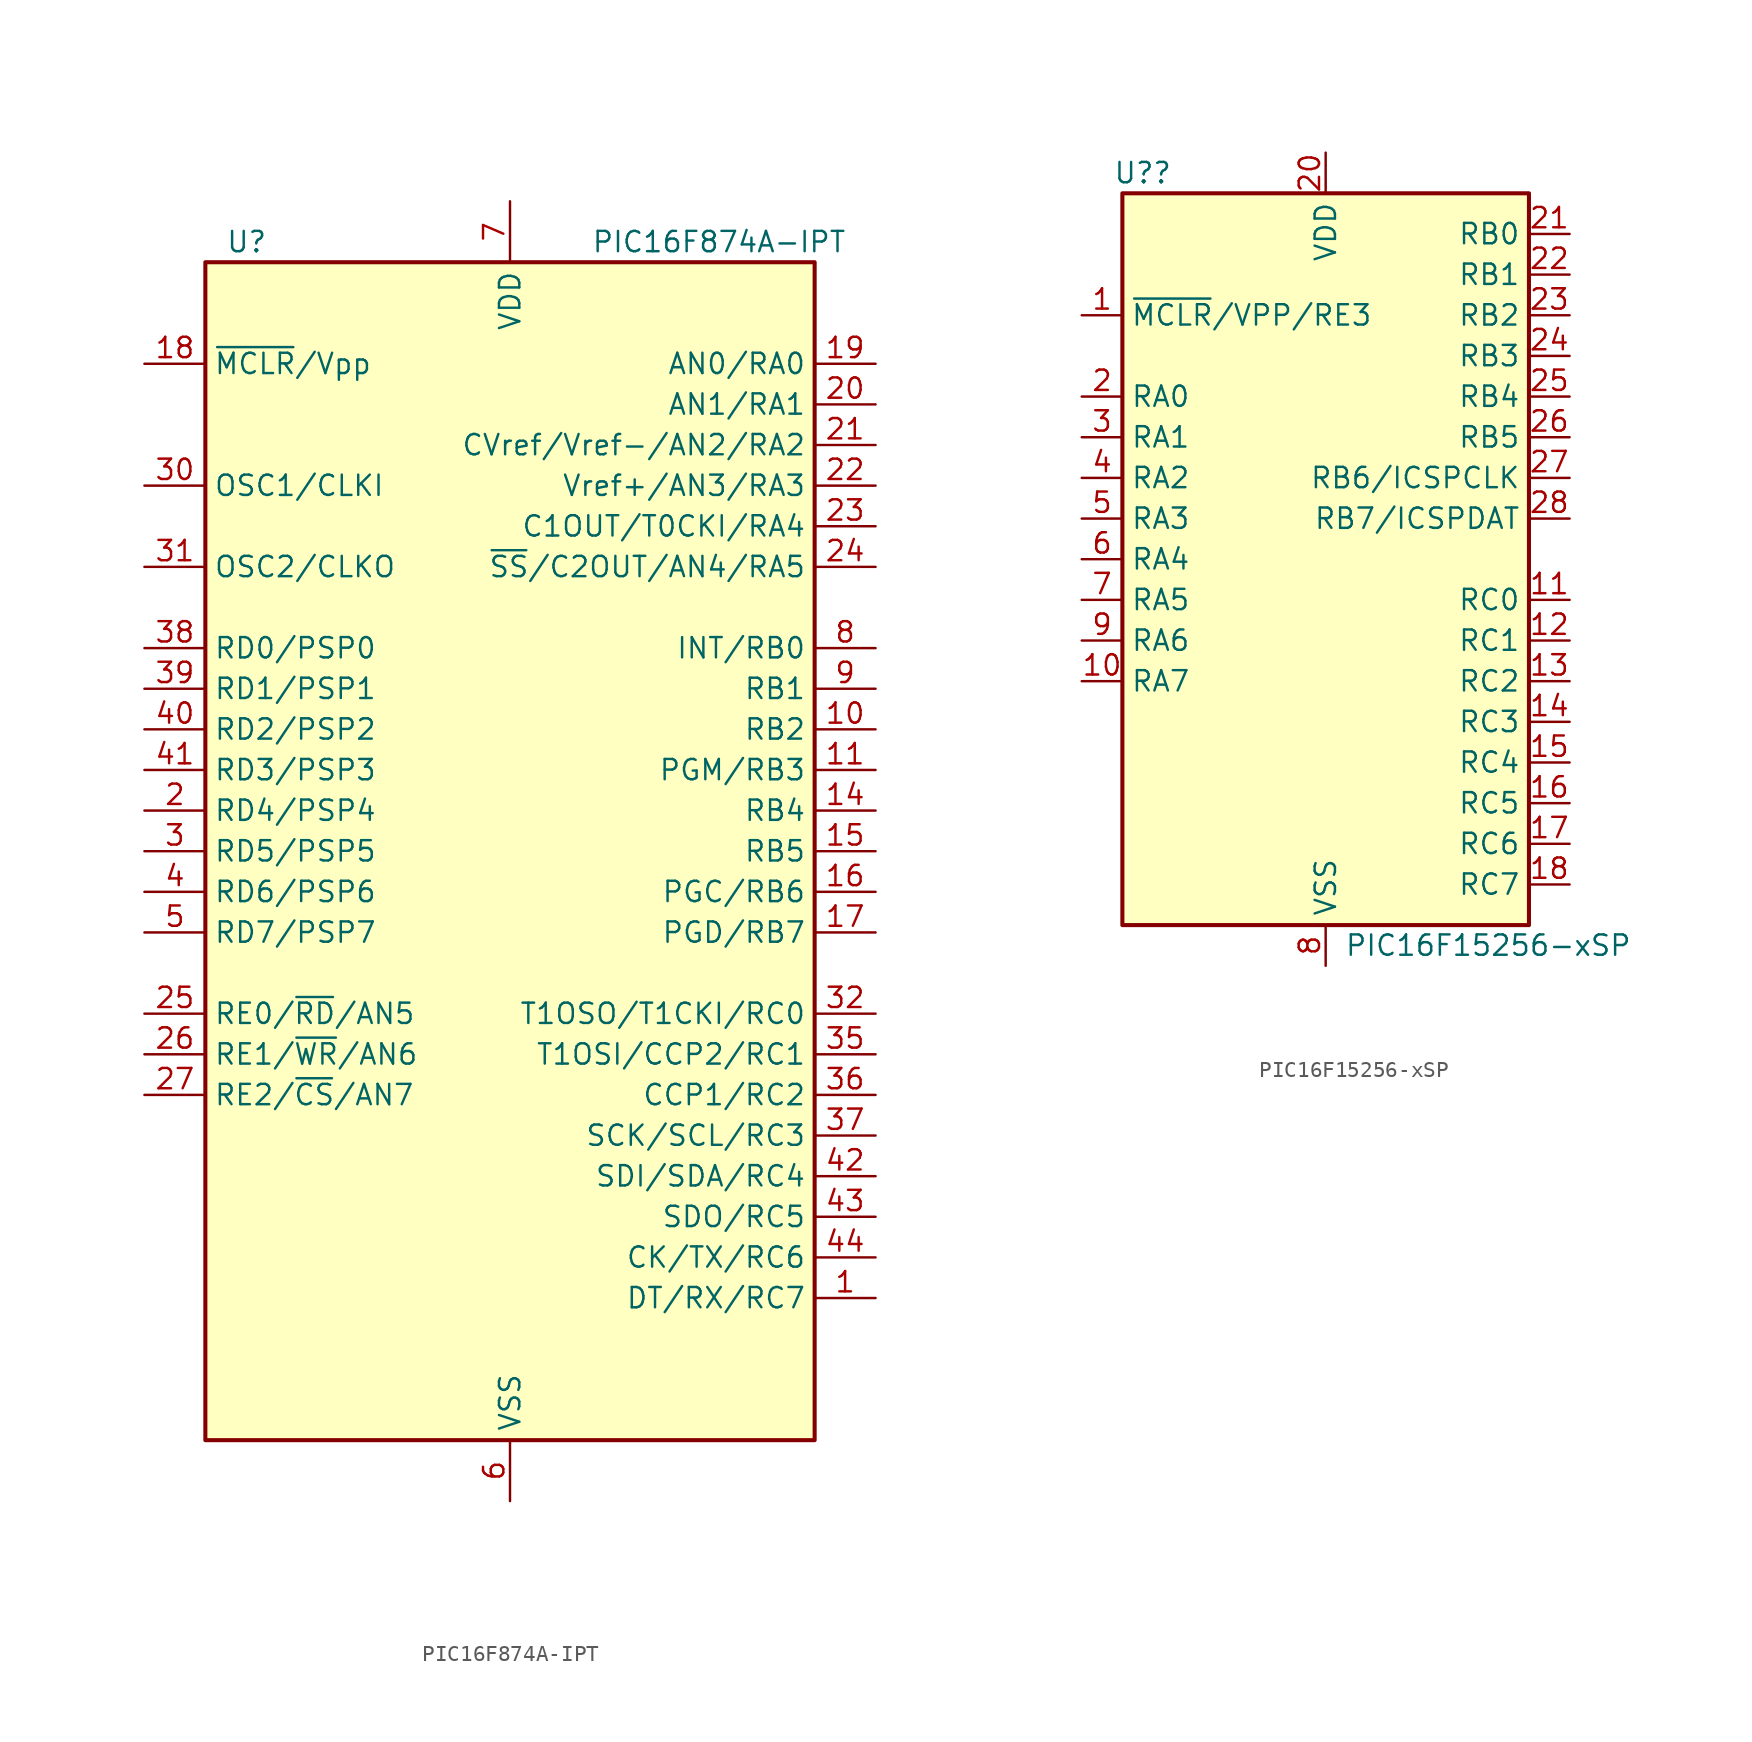
<source format=kicad_sym>
(kicad_symbol_lib
  (version 20220914)
  (generator kicad_symbol_editor)
  (symbol "PIC16F874A-IPT"
    (property "Reference" "U"
      (at -17.78 38.1 0)
      (effects (font (size 1.27 1.27)) (justify left)))
    (property "Value" "PIC16F874A-IPT"
      (at 5.08 38.1 0)
      (effects (font (size 1.27 1.27)) (justify left)))
    (symbol "PIC16F874A-IPT_0_1"
      (rectangle (start -19.05 36.83) (end 19.05 -36.83) (stroke (width 0.254) (type default)) (fill (type background))))
    (symbol "PIC16F874A-IPT_1_1"
      (pin bidirectional line (at 22.86 -27.94 180) (length 3.81) (name "DT/RX/RC7" (effects (font (size 1.27 1.27)))) (number "1" (effects (font (size 1.27 1.27)))))
      (pin bidirectional line (at 22.86 7.62 180) (length 3.81) (name "RB2" (effects (font (size 1.27 1.27)))) (number "10" (effects (font (size 1.27 1.27)))))
      (pin bidirectional line (at 22.86 5.08 180) (length 3.81) (name "PGM/RB3" (effects (font (size 1.27 1.27)))) (number "11" (effects (font (size 1.27 1.27)))))
      (pin no_connect line (at -2.54 -40.64 90) (length 3.81) hide (name "NC" (effects (font (size 1.27 1.27)))) (number "12" (effects (font (size 1.27 1.27)))))
      (pin no_connect line (at -5.08 -40.64 90) (length 3.81) hide (name "NC" (effects (font (size 1.27 1.27)))) (number "13" (effects (font (size 1.27 1.27)))))
      (pin bidirectional line (at 22.86 2.54 180) (length 3.81) (name "RB4" (effects (font (size 1.27 1.27)))) (number "14" (effects (font (size 1.27 1.27)))))
      (pin bidirectional line (at 22.86 0 180) (length 3.81) (name "RB5" (effects (font (size 1.27 1.27)))) (number "15" (effects (font (size 1.27 1.27)))))
      (pin bidirectional line (at 22.86 -2.54 180) (length 3.81) (name "PGC/RB6" (effects (font (size 1.27 1.27)))) (number "16" (effects (font (size 1.27 1.27)))))
      (pin bidirectional line (at 22.86 -5.08 180) (length 3.81) (name "PGD/RB7" (effects (font (size 1.27 1.27)))) (number "17" (effects (font (size 1.27 1.27)))))
      (pin input line (at -22.86 30.48 0) (length 3.81) (name "~{MCLR}/Vpp" (effects (font (size 1.27 1.27)))) (number "18" (effects (font (size 1.27 1.27)))))
      (pin bidirectional line (at 22.86 30.48 180) (length 3.81) (name "AN0/RA0" (effects (font (size 1.27 1.27)))) (number "19" (effects (font (size 1.27 1.27)))))
      (pin bidirectional line (at -22.86 2.54 0) (length 3.81) (name "RD4/PSP4" (effects (font (size 1.27 1.27)))) (number "2" (effects (font (size 1.27 1.27)))))
      (pin bidirectional line (at 22.86 27.94 180) (length 3.81) (name "AN1/RA1" (effects (font (size 1.27 1.27)))) (number "20" (effects (font (size 1.27 1.27)))))
      (pin bidirectional line (at 22.86 25.4 180) (length 3.81) (name "CVref/Vref-/AN2/RA2" (effects (font (size 1.27 1.27)))) (number "21" (effects (font (size 1.27 1.27)))))
      (pin bidirectional line (at 22.86 22.86 180) (length 3.81) (name "Vref+/AN3/RA3" (effects (font (size 1.27 1.27)))) (number "22" (effects (font (size 1.27 1.27)))))
      (pin bidirectional line (at 22.86 20.32 180) (length 3.81) (name "C1OUT/T0CKI/RA4" (effects (font (size 1.27 1.27)))) (number "23" (effects (font (size 1.27 1.27)))))
      (pin bidirectional line (at 22.86 17.78 180) (length 3.81) (name "~{SS}/C2OUT/AN4/RA5" (effects (font (size 1.27 1.27)))) (number "24" (effects (font (size 1.27 1.27)))))
      (pin bidirectional line (at -22.86 -10.16 0) (length 3.81) (name "RE0/~{RD}/AN5" (effects (font (size 1.27 1.27)))) (number "25" (effects (font (size 1.27 1.27)))))
      (pin bidirectional line (at -22.86 -12.7 0) (length 3.81) (name "RE1/~{WR}/AN6" (effects (font (size 1.27 1.27)))) (number "26" (effects (font (size 1.27 1.27)))))
      (pin bidirectional line (at -22.86 -15.24 0) (length 3.81) (name "RE2/~{CS}/AN7" (effects (font (size 1.27 1.27)))) (number "27" (effects (font (size 1.27 1.27)))))
      (pin passive line (at 0 40.64 270) (length 3.81) hide (name "VDD" (effects (font (size 1.27 1.27)))) (number "28" (effects (font (size 1.27 1.27)))))
      (pin passive line (at 0 -40.64 90) (length 3.81) hide (name "VSS" (effects (font (size 1.27 1.27)))) (number "29" (effects (font (size 1.27 1.27)))))
      (pin bidirectional line (at -22.86 0 0) (length 3.81) (name "RD5/PSP5" (effects (font (size 1.27 1.27)))) (number "3" (effects (font (size 1.27 1.27)))))
      (pin input line (at -22.86 22.86 0) (length 3.81) (name "OSC1/CLKI" (effects (font (size 1.27 1.27)))) (number "30" (effects (font (size 1.27 1.27)))))
      (pin output line (at -22.86 17.78 0) (length 3.81) (name "OSC2/CLKO" (effects (font (size 1.27 1.27)))) (number "31" (effects (font (size 1.27 1.27)))))
      (pin bidirectional line (at 22.86 -10.16 180) (length 3.81) (name "T1OSO/T1CKI/RC0" (effects (font (size 1.27 1.27)))) (number "32" (effects (font (size 1.27 1.27)))))
      (pin no_connect line (at -7.62 -40.64 90) (length 3.81) hide (name "NC" (effects (font (size 1.27 1.27)))) (number "33" (effects (font (size 1.27 1.27)))))
      (pin no_connect line (at -10.16 -40.64 90) (length 3.81) hide (name "NC" (effects (font (size 1.27 1.27)))) (number "34" (effects (font (size 1.27 1.27)))))
      (pin bidirectional line (at 22.86 -12.7 180) (length 3.81) (name "T1OSI/CCP2/RC1" (effects (font (size 1.27 1.27)))) (number "35" (effects (font (size 1.27 1.27)))))
      (pin bidirectional line (at 22.86 -15.24 180) (length 3.81) (name "CCP1/RC2" (effects (font (size 1.27 1.27)))) (number "36" (effects (font (size 1.27 1.27)))))
      (pin bidirectional line (at 22.86 -17.78 180) (length 3.81) (name "SCK/SCL/RC3" (effects (font (size 1.27 1.27)))) (number "37" (effects (font (size 1.27 1.27)))))
      (pin bidirectional line (at -22.86 12.7 0) (length 3.81) (name "RD0/PSP0" (effects (font (size 1.27 1.27)))) (number "38" (effects (font (size 1.27 1.27)))))
      (pin bidirectional line (at -22.86 10.16 0) (length 3.81) (name "RD1/PSP1" (effects (font (size 1.27 1.27)))) (number "39" (effects (font (size 1.27 1.27)))))
      (pin bidirectional line (at -22.86 -2.54 0) (length 3.81) (name "RD6/PSP6" (effects (font (size 1.27 1.27)))) (number "4" (effects (font (size 1.27 1.27)))))
      (pin bidirectional line (at -22.86 7.62 0) (length 3.81) (name "RD2/PSP2" (effects (font (size 1.27 1.27)))) (number "40" (effects (font (size 1.27 1.27)))))
      (pin bidirectional line (at -22.86 5.08 0) (length 3.81) (name "RD3/PSP3" (effects (font (size 1.27 1.27)))) (number "41" (effects (font (size 1.27 1.27)))))
      (pin bidirectional line (at 22.86 -20.32 180) (length 3.81) (name "SDI/SDA/RC4" (effects (font (size 1.27 1.27)))) (number "42" (effects (font (size 1.27 1.27)))))
      (pin bidirectional line (at 22.86 -22.86 180) (length 3.81) (name "SDO/RC5" (effects (font (size 1.27 1.27)))) (number "43" (effects (font (size 1.27 1.27)))))
      (pin bidirectional line (at 22.86 -25.4 180) (length 3.81) (name "CK/TX/RC6" (effects (font (size 1.27 1.27)))) (number "44" (effects (font (size 1.27 1.27)))))
      (pin bidirectional line (at -22.86 -5.08 0) (length 3.81) (name "RD7/PSP7" (effects (font (size 1.27 1.27)))) (number "5" (effects (font (size 1.27 1.27)))))
      (pin power_in line (at 0 -40.64 90) (length 3.81) (name "VSS" (effects (font (size 1.27 1.27)))) (number "6" (effects (font (size 1.27 1.27)))))
      (pin power_in line (at 0 40.64 270) (length 3.81) (name "VDD" (effects (font (size 1.27 1.27)))) (number "7" (effects (font (size 1.27 1.27)))))
      (pin bidirectional line (at 22.86 12.7 180) (length 3.81) (name "INT/RB0" (effects (font (size 1.27 1.27)))) (number "8" (effects (font (size 1.27 1.27)))))
      (pin bidirectional line (at 22.86 10.16 180) (length 3.81) (name "RB1" (effects (font (size 1.27 1.27)))) (number "9" (effects (font (size 1.27 1.27)))))))
  (symbol "PIC16F15256-xSP"
    (property "Reference" "U?"
      (at -11.43 24.13 0)
      (effects (font (size 1.27 1.27))))
    (property "Value" "PIC16F15256-xSP"
      (at 10.16 -24.13 0)
      (effects (font (size 1.27 1.27))))
    (symbol "PIC16F15256-xSP_0_1"
      (rectangle (start -12.7 22.86) (end 12.7 -22.86) (stroke (width 0.254) (type default)) (fill (type background))))
    (symbol "PIC16F15256-xSP_1_1"
      (pin bidirectional line (at -15.24 15.24 0) (length 2.54) (name "~{MCLR}/VPP/RE3" (effects (font (size 1.27 1.27)))) (number "1" (effects (font (size 1.27 1.27)))))
      (pin bidirectional line (at -15.24 -7.62 0) (length 2.54) (name "RA7" (effects (font (size 1.27 1.27)))) (number "10" (effects (font (size 1.27 1.27)))))
      (pin bidirectional line (at 15.24 -2.54 180) (length 2.54) (name "RC0" (effects (font (size 1.27 1.27)))) (number "11" (effects (font (size 1.27 1.27)))))
      (pin bidirectional line (at 15.24 -5.08 180) (length 2.54) (name "RC1" (effects (font (size 1.27 1.27)))) (number "12" (effects (font (size 1.27 1.27)))))
      (pin bidirectional line (at 15.24 -7.62 180) (length 2.54) (name "RC2" (effects (font (size 1.27 1.27)))) (number "13" (effects (font (size 1.27 1.27)))))
      (pin bidirectional line (at 15.24 -10.16 180) (length 2.54) (name "RC3" (effects (font (size 1.27 1.27)))) (number "14" (effects (font (size 1.27 1.27)))))
      (pin bidirectional line (at 15.24 -12.7 180) (length 2.54) (name "RC4" (effects (font (size 1.27 1.27)))) (number "15" (effects (font (size 1.27 1.27)))))
      (pin bidirectional line (at 15.24 -15.24 180) (length 2.54) (name "RC5" (effects (font (size 1.27 1.27)))) (number "16" (effects (font (size 1.27 1.27)))))
      (pin bidirectional line (at 15.24 -17.78 180) (length 2.54) (name "RC6" (effects (font (size 1.27 1.27)))) (number "17" (effects (font (size 1.27 1.27)))))
      (pin bidirectional line (at 15.24 -20.32 180) (length 2.54) (name "RC7" (effects (font (size 1.27 1.27)))) (number "18" (effects (font (size 1.27 1.27)))))
      (pin passive line (at 0 -25.4 90) (length 2.54) hide (name "VSS" (effects (font (size 1.27 1.27)))) (number "19" (effects (font (size 1.27 1.27)))))
      (pin bidirectional line (at -15.24 10.16 0) (length 2.54) (name "RA0" (effects (font (size 1.27 1.27)))) (number "2" (effects (font (size 1.27 1.27)))))
      (pin power_in line (at 0 25.4 270) (length 2.54) (name "VDD" (effects (font (size 1.27 1.27)))) (number "20" (effects (font (size 1.27 1.27)))))
      (pin bidirectional line (at 15.24 20.32 180) (length 2.54) (name "RB0" (effects (font (size 1.27 1.27)))) (number "21" (effects (font (size 1.27 1.27)))))
      (pin bidirectional line (at 15.24 17.78 180) (length 2.54) (name "RB1" (effects (font (size 1.27 1.27)))) (number "22" (effects (font (size 1.27 1.27)))))
      (pin bidirectional line (at 15.24 15.24 180) (length 2.54) (name "RB2" (effects (font (size 1.27 1.27)))) (number "23" (effects (font (size 1.27 1.27)))))
      (pin bidirectional line (at 15.24 12.7 180) (length 2.54) (name "RB3" (effects (font (size 1.27 1.27)))) (number "24" (effects (font (size 1.27 1.27)))))
      (pin bidirectional line (at 15.24 10.16 180) (length 2.54) (name "RB4" (effects (font (size 1.27 1.27)))) (number "25" (effects (font (size 1.27 1.27)))))
      (pin bidirectional line (at 15.24 7.62 180) (length 2.54) (name "RB5" (effects (font (size 1.27 1.27)))) (number "26" (effects (font (size 1.27 1.27)))))
      (pin bidirectional line (at 15.24 5.08 180) (length 2.54) (name "RB6/ICSPCLK" (effects (font (size 1.27 1.27)))) (number "27" (effects (font (size 1.27 1.27)))))
      (pin bidirectional line (at 15.24 2.54 180) (length 2.54) (name "RB7/ICSPDAT" (effects (font (size 1.27 1.27)))) (number "28" (effects (font (size 1.27 1.27)))))
      (pin bidirectional line (at -15.24 7.62 0) (length 2.54) (name "RA1" (effects (font (size 1.27 1.27)))) (number "3" (effects (font (size 1.27 1.27)))))
      (pin bidirectional line (at -15.24 5.08 0) (length 2.54) (name "RA2" (effects (font (size 1.27 1.27)))) (number "4" (effects (font (size 1.27 1.27)))))
      (pin bidirectional line (at -15.24 2.54 0) (length 2.54) (name "RA3" (effects (font (size 1.27 1.27)))) (number "5" (effects (font (size 1.27 1.27)))))
      (pin bidirectional line (at -15.24 0 0) (length 2.54) (name "RA4" (effects (font (size 1.27 1.27)))) (number "6" (effects (font (size 1.27 1.27)))))
      (pin bidirectional line (at -15.24 -2.54 0) (length 2.54) (name "RA5" (effects (font (size 1.27 1.27)))) (number "7" (effects (font (size 1.27 1.27)))))
      (pin power_in line (at 0 -25.4 90) (length 2.54) (name "VSS" (effects (font (size 1.27 1.27)))) (number "8" (effects (font (size 1.27 1.27)))))
      (pin bidirectional line (at -15.24 -5.08 0) (length 2.54) (name "RA6" (effects (font (size 1.27 1.27)))) (number "9" (effects (font (size 1.27 1.27))))))))
</source>
